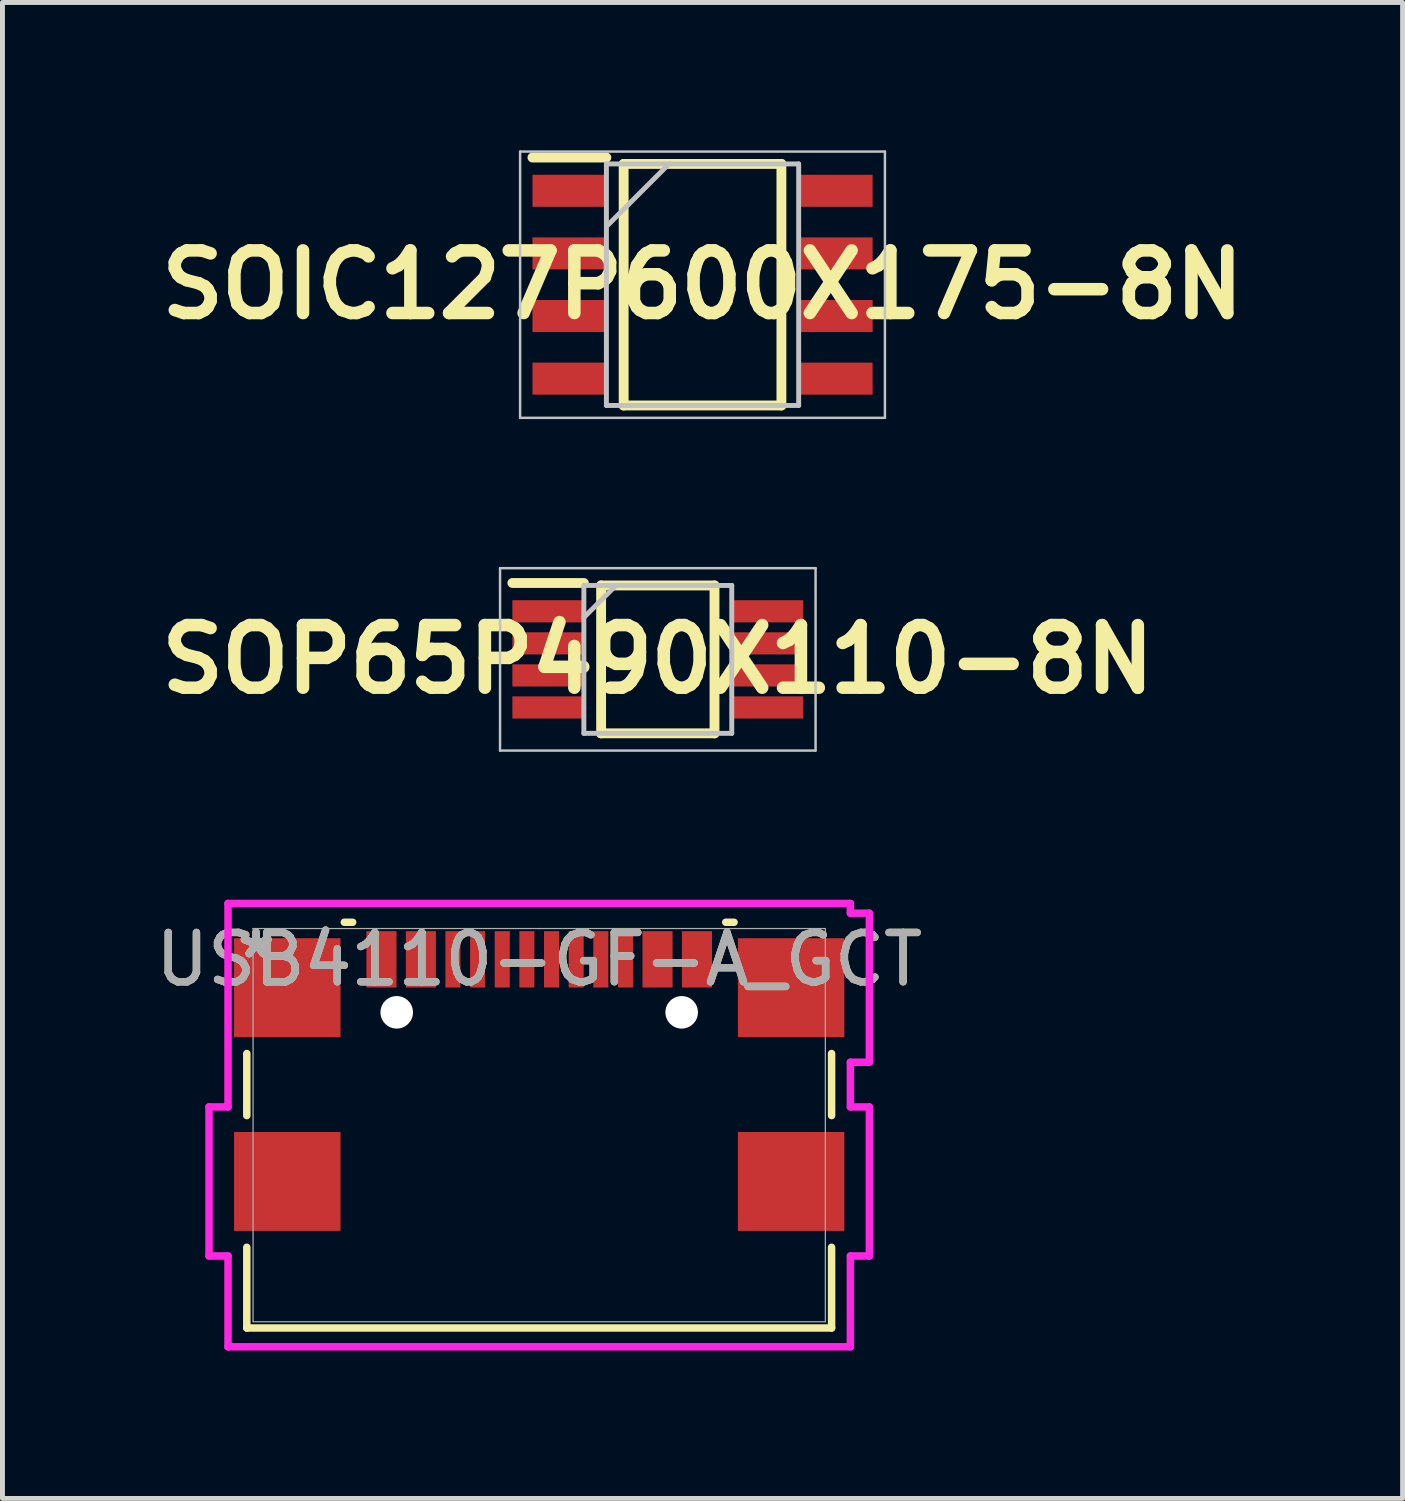
<source format=kicad_pcb>
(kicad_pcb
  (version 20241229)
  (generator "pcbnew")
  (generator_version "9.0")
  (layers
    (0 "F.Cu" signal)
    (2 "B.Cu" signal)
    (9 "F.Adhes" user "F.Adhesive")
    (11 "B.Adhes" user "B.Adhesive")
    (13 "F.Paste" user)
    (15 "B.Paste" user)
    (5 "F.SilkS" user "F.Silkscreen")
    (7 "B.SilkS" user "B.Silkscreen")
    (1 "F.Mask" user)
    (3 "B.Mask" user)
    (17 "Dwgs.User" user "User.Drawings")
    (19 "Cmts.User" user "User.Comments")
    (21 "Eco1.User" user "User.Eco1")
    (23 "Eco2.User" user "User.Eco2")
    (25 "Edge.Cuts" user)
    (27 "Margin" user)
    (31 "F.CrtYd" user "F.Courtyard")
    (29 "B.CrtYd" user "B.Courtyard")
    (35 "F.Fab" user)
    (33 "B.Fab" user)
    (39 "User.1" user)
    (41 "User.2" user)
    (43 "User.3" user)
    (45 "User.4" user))
  (footprint "SOP65P490X110-8N"
    (layer "F.Cu")
    (at 10.293 10.325)
    (property "Reference" "SOP65P490X110-8N" (at 0 0 0) (layer "F.SilkS") (effects (font (size 1.27 1.27) (thickness 0.254))))
    (attr smd)
    (fp_line (start -2.95 -1.55) (end -1.5 -1.55) (stroke (width 0.2) (type solid)) (layer "F.SilkS"))
    (fp_line (start -1.15 -1.5) (end 1.15 -1.5) (stroke (width 0.2) (type solid)) (layer "F.SilkS"))
    (fp_line (start -1.15 1.5) (end -1.15 -1.5) (stroke (width 0.2) (type solid)) (layer "F.SilkS"))
    (fp_line (start 1.15 -1.5) (end 1.15 1.5) (stroke (width 0.2) (type solid)) (layer "F.SilkS"))
    (fp_line (start 1.15 1.5) (end -1.15 1.5) (stroke (width 0.2) (type solid)) (layer "F.SilkS"))
    (fp_line (start -3.2 -1.85) (end 3.2 -1.85) (stroke (width 0.05) (type solid)) (layer "Dwgs.User"))
    (fp_line (start -3.2 1.85) (end -3.2 -1.85) (stroke (width 0.05) (type solid)) (layer "Dwgs.User"))
    (fp_line (start -1.5 -1.5) (end 1.5 -1.5) (stroke (width 0.1) (type solid)) (layer "Dwgs.User"))
    (fp_line (start -1.5 -0.85) (end -0.85 -1.5) (stroke (width 0.1) (type solid)) (layer "Dwgs.User"))
    (fp_line (start -1.5 1.5) (end -1.5 -1.5) (stroke (width 0.1) (type solid)) (layer "Dwgs.User"))
    (fp_line (start 1.5 -1.5) (end 1.5 1.5) (stroke (width 0.1) (type solid)) (layer "Dwgs.User"))
    (fp_line (start 1.5 1.5) (end -1.5 1.5) (stroke (width 0.1) (type solid)) (layer "Dwgs.User"))
    (fp_line (start 3.2 -1.85) (end 3.2 1.85) (stroke (width 0.05) (type solid)) (layer "Dwgs.User"))
    (fp_line (start 3.2 1.85) (end -3.2 1.85) (stroke (width 0.05) (type solid)) (layer "Dwgs.User"))
    (pad "1" smd rect (at -2.225 -0.975 90) (size 0.45 1.45) (layers "F.Cu" "F.Mask" "F.Paste"))
    (pad "2" smd rect (at -2.225 -0.325 90) (size 0.45 1.45) (layers "F.Cu" "F.Mask" "F.Paste"))
    (pad "3" smd rect (at -2.225 0.325 90) (size 0.45 1.45) (layers "F.Cu" "F.Mask" "F.Paste"))
    (pad "4" smd rect (at -2.225 0.975 90) (size 0.45 1.45) (layers "F.Cu" "F.Mask" "F.Paste"))
    (pad "5" smd rect (at 2.225 0.975 90) (size 0.45 1.45) (layers "F.Cu" "F.Mask" "F.Paste"))
    (pad "6" smd rect (at 2.225 0.325 90) (size 0.45 1.45) (layers "F.Cu" "F.Mask" "F.Paste"))
    (pad "7" smd rect (at 2.225 -0.325 90) (size 0.45 1.45) (layers "F.Cu" "F.Mask" "F.Paste"))
    (pad "8" smd rect (at 2.225 -0.975 90) (size 0.45 1.45) (layers "F.Cu" "F.Mask" "F.Paste")))
  (footprint "USB4110-GF-A_GCT"
    (layer "F.Cu")
    (at 7.887 19.772)
    (property "Reference" "USB4110-GF-A_GCT" (at 0 -3.363 0) (unlocked yes) (layer "F.SilkS") (effects (font (size 1 1) (thickness 0.15))))
    (attr smd)
    (fp_line (start -5.931 -1.452) (end -5.931 -0.194) (stroke (width 0.152) (type solid)) (layer "F.SilkS"))
    (fp_line (start -5.931 2.478) (end -5.931 4.115) (stroke (width 0.152) (type solid)) (layer "F.SilkS"))
    (fp_line (start -5.931 4.115) (end 5.931 4.115) (stroke (width 0.152) (type solid)) (layer "F.SilkS"))
    (fp_line (start -3.784 -4.115) (end -3.953 -4.115) (stroke (width 0.152) (type solid)) (layer "F.SilkS"))
    (fp_line (start 3.953 -4.115) (end 3.784 -4.115) (stroke (width 0.152) (type solid)) (layer "F.SilkS"))
    (fp_line (start 5.931 -0.194) (end 5.931 -1.452) (stroke (width 0.152) (type solid)) (layer "F.SilkS"))
    (fp_line (start 5.931 4.115) (end 5.931 2.478) (stroke (width 0.152) (type solid)) (layer "F.SilkS"))
    (fp_line (start -6.697 -0.369) (end -6.697 2.654) (stroke (width 0.152) (type solid)) (layer "F.CrtYd"))
    (fp_line (start -6.697 2.654) (end -6.312 2.654) (stroke (width 0.152) (type solid)) (layer "F.CrtYd"))
    (fp_line (start -6.312 -4.496) (end -6.312 -0.369) (stroke (width 0.152) (type solid)) (layer "F.CrtYd"))
    (fp_line (start -6.312 -0.369) (end -6.697 -0.369) (stroke (width 0.152) (type solid)) (layer "F.CrtYd"))
    (fp_line (start -6.312 2.654) (end -6.312 4.496) (stroke (width 0.152) (type solid)) (layer "F.CrtYd"))
    (fp_line (start -6.312 4.496) (end 6.312 4.496) (stroke (width 0.152) (type solid)) (layer "F.CrtYd"))
    (fp_line (start 6.312 -4.496) (end -6.312 -4.496) (stroke (width 0.152) (type solid)) (layer "F.CrtYd"))
    (fp_line (start 6.312 -4.299) (end 6.312 -4.496) (stroke (width 0.152) (type solid)) (layer "F.CrtYd"))
    (fp_line (start 6.312 -1.276) (end 6.697 -1.276) (stroke (width 0.152) (type solid)) (layer "F.CrtYd"))
    (fp_line (start 6.312 -0.369) (end 6.312 -1.276) (stroke (width 0.152) (type solid)) (layer "F.CrtYd"))
    (fp_line (start 6.312 2.654) (end 6.697 2.654) (stroke (width 0.152) (type solid)) (layer "F.CrtYd"))
    (fp_line (start 6.312 4.496) (end 6.312 2.654) (stroke (width 0.152) (type solid)) (layer "F.CrtYd"))
    (fp_line (start 6.697 -4.299) (end 6.312 -4.299) (stroke (width 0.152) (type solid)) (layer "F.CrtYd"))
    (fp_line (start 6.697 -1.276) (end 6.697 -4.299) (stroke (width 0.152) (type solid)) (layer "F.CrtYd"))
    (fp_line (start 6.697 -0.369) (end 6.312 -0.369) (stroke (width 0.152) (type solid)) (layer "F.CrtYd"))
    (fp_line (start 6.697 2.654) (end 6.697 -0.369) (stroke (width 0.152) (type solid)) (layer "F.CrtYd"))
    (fp_line (start -5.804 -3.988) (end -5.804 3.988) (stroke (width 0.025) (type solid)) (layer "F.Fab"))
    (fp_line (start -5.804 3.988) (end 5.804 3.988) (stroke (width 0.025) (type solid)) (layer "F.Fab"))
    (fp_line (start 0 -3.988) (end 0 -3.988) (stroke (width 0.025) (type solid)) (layer "F.Fab"))
    (fp_line (start 0 -3.988) (end 0 -3.988) (stroke (width 0.025) (type solid)) (layer "F.Fab"))
    (fp_line (start 0 -3.988) (end 0 -3.988) (stroke (width 0.025) (type solid)) (layer "F.Fab"))
    (fp_line (start 0 -3.988) (end 0 -3.988) (stroke (width 0.025) (type solid)) (layer "F.Fab"))
    (fp_line (start 5.804 -3.988) (end -5.804 -3.988) (stroke (width 0.025) (type solid)) (layer "F.Fab"))
    (fp_line (start 5.804 3.988) (end 5.804 -3.988) (stroke (width 0.025) (type solid)) (layer "F.Fab"))
    (fp_text user "*" (at -5.74 -3.363 0) (layer "F.SilkS") (effects (font (size 1 1) (thickness 0.15))))
    (fp_text user "*" (at -5.74 -3.363 0) (unlocked yes) (layer "F.SilkS") (effects (font (size 1 1) (thickness 0.15))))
    (fp_text user "${REFERENCE}" (at 0 -3.363 0) (unlocked yes) (layer "F.Fab") (effects (font (size 1 1) (thickness 0.15))))
    (fp_text user "*" (at -5.74 -3.363 0) (layer "F.Fab") (effects (font (size 1 1) (thickness 0.15))))
    (fp_text user "*" (at -5.74 -3.363 0) (unlocked yes) (layer "F.Fab") (effects (font (size 1 1) (thickness 0.15))))
    (pad "" np_thru_hole circle (at -2.89 -2.288) (size 0.66 0.66) (drill 0.66) (layers "*.Cu" "*.Mask"))
    (pad "" np_thru_hole circle (at 2.89 -2.288) (size 0.66 0.66) (drill 0.66) (layers "*.Cu" "*.Mask"))
    (pad "15" smd rect (at -5.11 -2.788) (size 2.159 2.007) (layers "F.Cu" "F.Mask" "F.Paste"))
    (pad "16" smd rect (at 5.11 -2.788) (size 2.159 2.007) (layers "F.Cu" "F.Mask" "F.Paste"))
    (pad "17" smd rect (at -5.11 1.142) (size 2.159 2.007) (layers "F.Cu" "F.Mask" "F.Paste"))
    (pad "18" smd rect (at 5.11 1.142) (size 2.159 2.007) (layers "F.Cu" "F.Mask" "F.Paste"))
    (pad "A1-B12" smd rect (at -3.2 -3.363) (size 0.61 1.143) (layers "F.Cu" "F.Mask" "F.Paste"))
    (pad "A4-B9" smd rect (at -2.4 -3.363) (size 0.61 1.143) (layers "F.Cu" "F.Mask" "F.Paste"))
    (pad "A5" smd rect (at -1.25 -3.363) (size 0.305 1.143) (layers "F.Cu" "F.Mask" "F.Paste"))
    (pad "A6" smd rect (at -0.25 -3.363) (size 0.305 1.143) (layers "F.Cu" "F.Mask" "F.Paste"))
    (pad "A7" smd rect (at 0.25 -3.363) (size 0.305 1.143) (layers "F.Cu" "F.Mask" "F.Paste"))
    (pad "A8" smd rect (at 1.25 -3.363) (size 0.305 1.143) (layers "F.Cu" "F.Mask" "F.Paste"))
    (pad "A9-B4" smd rect (at 2.4 -3.363) (size 0.61 1.143) (layers "F.Cu" "F.Mask" "F.Paste"))
    (pad "A12-B1" smd rect (at 3.2 -3.363) (size 0.61 1.143) (layers "F.Cu" "F.Mask" "F.Paste"))
    (pad "B5" smd rect (at 1.75 -3.363) (size 0.305 1.143) (layers "F.Cu" "F.Mask" "F.Paste"))
    (pad "B6" smd rect (at 0.75 -3.363) (size 0.305 1.143) (layers "F.Cu" "F.Mask" "F.Paste"))
    (pad "B7" smd rect (at -0.75 -3.363) (size 0.305 1.143) (layers "F.Cu" "F.Mask" "F.Paste"))
    (pad "B8" smd rect (at -1.75 -3.363) (size 0.305 1.143) (layers "F.Cu" "F.Mask" "F.Paste")))
  (footprint "SOIC127P600X175-8N"
    (layer "F.Cu")
    (at 11.2 2.725)
    (property "Reference" "SOIC127P600X175-8N" (at 0 0 0) (layer "F.SilkS") (effects (font (size 1.27 1.27) (thickness 0.254))))
    (attr smd)
    (fp_line (start -3.45 -2.58) (end -1.95 -2.58) (stroke (width 0.2) (type solid)) (layer "F.SilkS"))
    (fp_line (start -1.6 -2.45) (end 1.6 -2.45) (stroke (width 0.2) (type solid)) (layer "F.SilkS"))
    (fp_line (start -1.6 2.45) (end -1.6 -2.45) (stroke (width 0.2) (type solid)) (layer "F.SilkS"))
    (fp_line (start 1.6 -2.45) (end 1.6 2.45) (stroke (width 0.2) (type solid)) (layer "F.SilkS"))
    (fp_line (start 1.6 2.45) (end -1.6 2.45) (stroke (width 0.2) (type solid)) (layer "F.SilkS"))
    (fp_line (start -3.7 -2.7) (end 3.7 -2.7) (stroke (width 0.05) (type solid)) (layer "Dwgs.User"))
    (fp_line (start -3.7 2.7) (end -3.7 -2.7) (stroke (width 0.05) (type solid)) (layer "Dwgs.User"))
    (fp_line (start -1.95 -2.45) (end 1.95 -2.45) (stroke (width 0.1) (type solid)) (layer "Dwgs.User"))
    (fp_line (start -1.95 -1.18) (end -0.68 -2.45) (stroke (width 0.1) (type solid)) (layer "Dwgs.User"))
    (fp_line (start -1.95 2.45) (end -1.95 -2.45) (stroke (width 0.1) (type solid)) (layer "Dwgs.User"))
    (fp_line (start 1.95 -2.45) (end 1.95 2.45) (stroke (width 0.1) (type solid)) (layer "Dwgs.User"))
    (fp_line (start 1.95 2.45) (end -1.95 2.45) (stroke (width 0.1) (type solid)) (layer "Dwgs.User"))
    (fp_line (start 3.7 -2.7) (end 3.7 2.7) (stroke (width 0.05) (type solid)) (layer "Dwgs.User"))
    (fp_line (start 3.7 2.7) (end -3.7 2.7) (stroke (width 0.05) (type solid)) (layer "Dwgs.User"))
    (pad "1" smd rect (at -2.7 -1.905 90) (size 0.65 1.5) (layers "F.Cu" "F.Mask" "F.Paste"))
    (pad "2" smd rect (at -2.7 -0.635 90) (size 0.65 1.5) (layers "F.Cu" "F.Mask" "F.Paste"))
    (pad "3" smd rect (at -2.7 0.635 90) (size 0.65 1.5) (layers "F.Cu" "F.Mask" "F.Paste"))
    (pad "4" smd rect (at -2.7 1.905 90) (size 0.65 1.5) (layers "F.Cu" "F.Mask" "F.Paste"))
    (pad "5" smd rect (at 2.7 1.905 90) (size 0.65 1.5) (layers "F.Cu" "F.Mask" "F.Paste"))
    (pad "6" smd rect (at 2.7 0.635 90) (size 0.65 1.5) (layers "F.Cu" "F.Mask" "F.Paste"))
    (pad "7" smd rect (at 2.7 -0.635 90) (size 0.65 1.5) (layers "F.Cu" "F.Mask" "F.Paste"))
    (pad "8" smd rect (at 2.7 -1.905 90) (size 0.65 1.5) (layers "F.Cu" "F.Mask" "F.Paste")))
  (gr_rect
    (start -3 -3)
    (end 25.4 27.344)
    (stroke (width 0.1) (type default))
    (fill no)
    (layer "Edge.Cuts")))
</source>
